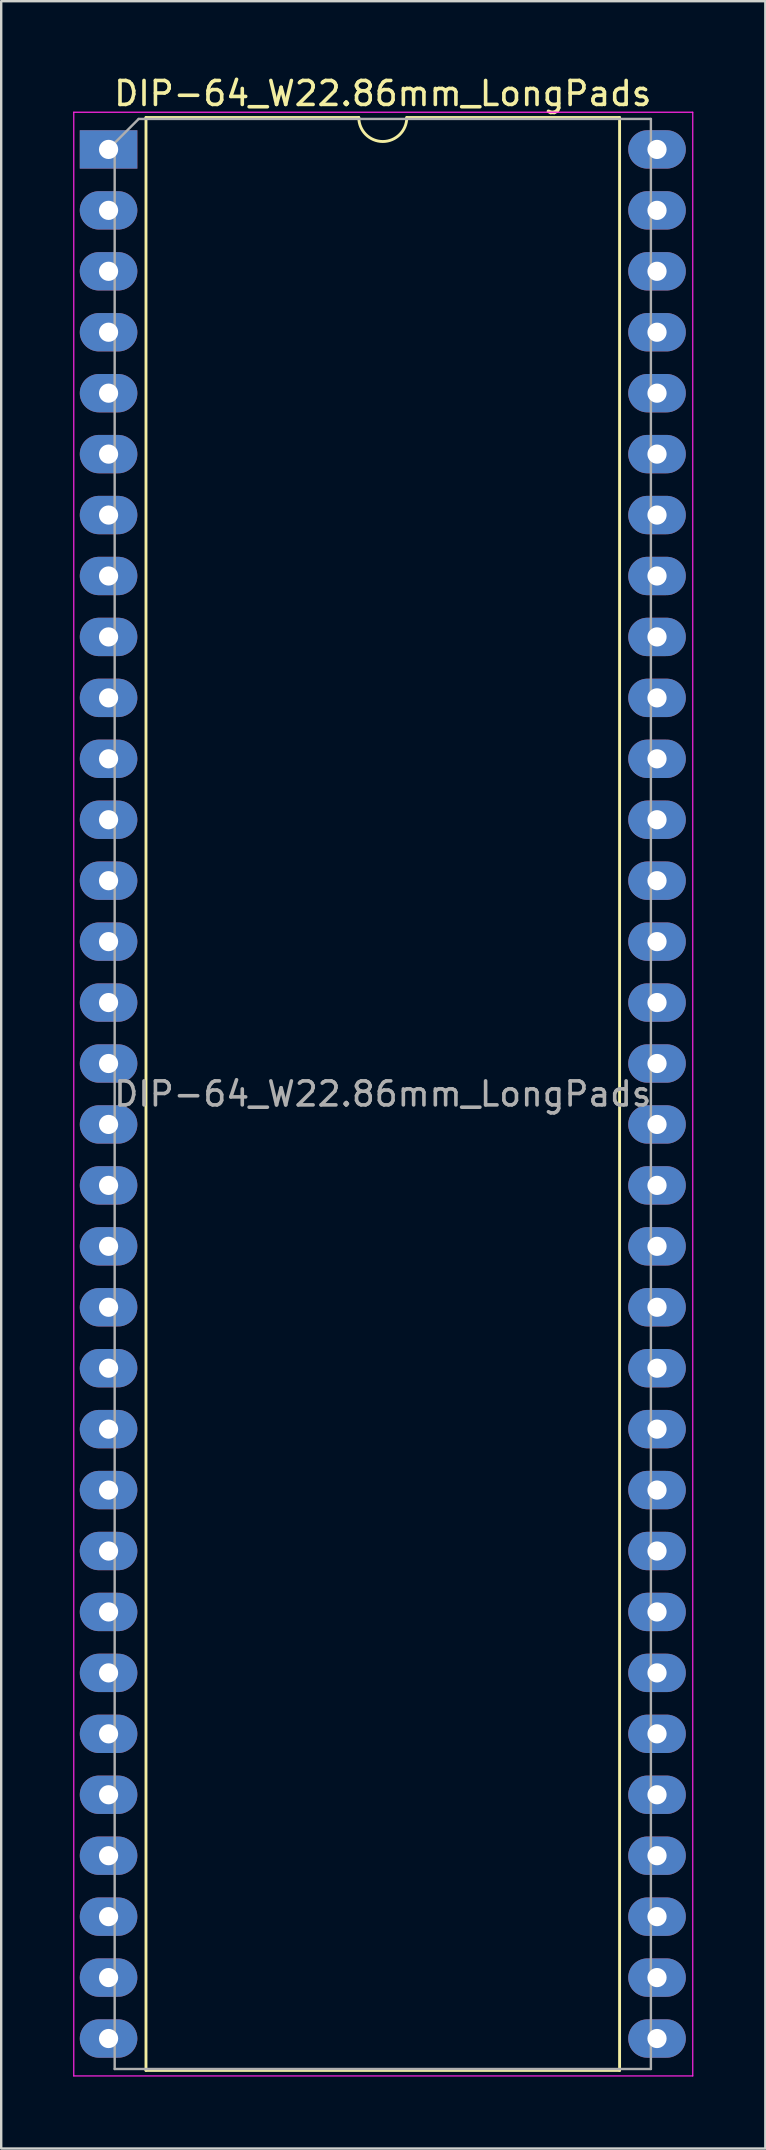
<source format=kicad_pcb>
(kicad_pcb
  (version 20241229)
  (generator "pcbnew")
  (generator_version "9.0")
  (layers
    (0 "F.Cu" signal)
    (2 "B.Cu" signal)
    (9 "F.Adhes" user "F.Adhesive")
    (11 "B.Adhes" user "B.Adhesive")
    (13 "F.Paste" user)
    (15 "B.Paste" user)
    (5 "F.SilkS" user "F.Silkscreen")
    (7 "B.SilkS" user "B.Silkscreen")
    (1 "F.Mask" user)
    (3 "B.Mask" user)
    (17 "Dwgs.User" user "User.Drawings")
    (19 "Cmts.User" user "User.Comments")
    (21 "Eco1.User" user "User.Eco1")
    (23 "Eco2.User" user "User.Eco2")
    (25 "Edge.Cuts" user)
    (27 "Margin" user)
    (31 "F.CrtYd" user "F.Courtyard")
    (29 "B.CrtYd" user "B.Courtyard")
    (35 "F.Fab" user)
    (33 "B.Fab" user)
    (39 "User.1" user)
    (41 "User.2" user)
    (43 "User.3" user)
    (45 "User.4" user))
  (footprint "DIP-64_W22.86mm_LongPads"
    (layer "F.Cu")
    (at 1.475 3.178)
    (property "Reference" "DIP-64_W22.86mm_LongPads" (at 11.43 -2.33 0) (layer "F.SilkS") (effects (font (size 1 1) (thickness 0.15))))
    (attr through_hole)
    (fp_line (start 1.56 -1.33) (end 1.56 80.07) (stroke (width 0.12) (type solid)) (layer "F.SilkS"))
    (fp_line (start 1.56 80.07) (end 21.3 80.07) (stroke (width 0.12) (type solid)) (layer "F.SilkS"))
    (fp_line (start 10.43 -1.33) (end 1.56 -1.33) (stroke (width 0.12) (type solid)) (layer "F.SilkS"))
    (fp_line (start 21.3 -1.33) (end 12.43 -1.33) (stroke (width 0.12) (type solid)) (layer "F.SilkS"))
    (fp_line (start 21.3 80.07) (end 21.3 -1.33) (stroke (width 0.12) (type solid)) (layer "F.SilkS"))
    (fp_arc (start 12.43 -1.33) (mid 11.43 -0.33) (end 10.43 -1.33) (stroke (width 0.12) (type solid)) (layer "F.SilkS"))
    (fp_line (start -1.45 -1.55) (end -1.45 80.3) (stroke (width 0.05) (type solid)) (layer "F.CrtYd"))
    (fp_line (start -1.45 80.3) (end 24.35 80.3) (stroke (width 0.05) (type solid)) (layer "F.CrtYd"))
    (fp_line (start 24.35 -1.55) (end -1.45 -1.55) (stroke (width 0.05) (type solid)) (layer "F.CrtYd"))
    (fp_line (start 24.35 80.3) (end 24.35 -1.55) (stroke (width 0.05) (type solid)) (layer "F.CrtYd"))
    (fp_line (start 0.255 -0.27) (end 1.255 -1.27) (stroke (width 0.1) (type solid)) (layer "F.Fab"))
    (fp_line (start 0.255 80.01) (end 0.255 -0.27) (stroke (width 0.1) (type solid)) (layer "F.Fab"))
    (fp_line (start 1.255 -1.27) (end 22.605 -1.27) (stroke (width 0.1) (type solid)) (layer "F.Fab"))
    (fp_line (start 22.605 -1.27) (end 22.605 80.01) (stroke (width 0.1) (type solid)) (layer "F.Fab"))
    (fp_line (start 22.605 80.01) (end 0.255 80.01) (stroke (width 0.1) (type solid)) (layer "F.Fab"))
    (fp_text user "${REFERENCE}" (at 11.43 39.37 0) (layer "F.Fab") (effects (font (size 1 1) (thickness 0.15))))
    (pad "1" thru_hole rect (at 0 0) (size 2.4 1.6) (drill 0.8) (layers "*.Cu" "*.Mask"))
    (pad "2" thru_hole oval (at 0 2.54) (size 2.4 1.6) (drill 0.8) (layers "*.Cu" "*.Mask"))
    (pad "3" thru_hole oval (at 0 5.08) (size 2.4 1.6) (drill 0.8) (layers "*.Cu" "*.Mask"))
    (pad "4" thru_hole oval (at 0 7.62) (size 2.4 1.6) (drill 0.8) (layers "*.Cu" "*.Mask"))
    (pad "5" thru_hole oval (at 0 10.16) (size 2.4 1.6) (drill 0.8) (layers "*.Cu" "*.Mask"))
    (pad "6" thru_hole oval (at 0 12.7) (size 2.4 1.6) (drill 0.8) (layers "*.Cu" "*.Mask"))
    (pad "7" thru_hole oval (at 0 15.24) (size 2.4 1.6) (drill 0.8) (layers "*.Cu" "*.Mask"))
    (pad "8" thru_hole oval (at 0 17.78) (size 2.4 1.6) (drill 0.8) (layers "*.Cu" "*.Mask"))
    (pad "9" thru_hole oval (at 0 20.32) (size 2.4 1.6) (drill 0.8) (layers "*.Cu" "*.Mask"))
    (pad "10" thru_hole oval (at 0 22.86) (size 2.4 1.6) (drill 0.8) (layers "*.Cu" "*.Mask"))
    (pad "11" thru_hole oval (at 0 25.4) (size 2.4 1.6) (drill 0.8) (layers "*.Cu" "*.Mask"))
    (pad "12" thru_hole oval (at 0 27.94) (size 2.4 1.6) (drill 0.8) (layers "*.Cu" "*.Mask"))
    (pad "13" thru_hole oval (at 0 30.48) (size 2.4 1.6) (drill 0.8) (layers "*.Cu" "*.Mask"))
    (pad "14" thru_hole oval (at 0 33.02) (size 2.4 1.6) (drill 0.8) (layers "*.Cu" "*.Mask"))
    (pad "15" thru_hole oval (at 0 35.56) (size 2.4 1.6) (drill 0.8) (layers "*.Cu" "*.Mask"))
    (pad "16" thru_hole oval (at 0 38.1) (size 2.4 1.6) (drill 0.8) (layers "*.Cu" "*.Mask"))
    (pad "17" thru_hole oval (at 0 40.64) (size 2.4 1.6) (drill 0.8) (layers "*.Cu" "*.Mask"))
    (pad "18" thru_hole oval (at 0 43.18) (size 2.4 1.6) (drill 0.8) (layers "*.Cu" "*.Mask"))
    (pad "19" thru_hole oval (at 0 45.72) (size 2.4 1.6) (drill 0.8) (layers "*.Cu" "*.Mask"))
    (pad "20" thru_hole oval (at 0 48.26) (size 2.4 1.6) (drill 0.8) (layers "*.Cu" "*.Mask"))
    (pad "21" thru_hole oval (at 0 50.8) (size 2.4 1.6) (drill 0.8) (layers "*.Cu" "*.Mask"))
    (pad "22" thru_hole oval (at 0 53.34) (size 2.4 1.6) (drill 0.8) (layers "*.Cu" "*.Mask"))
    (pad "23" thru_hole oval (at 0 55.88) (size 2.4 1.6) (drill 0.8) (layers "*.Cu" "*.Mask"))
    (pad "24" thru_hole oval (at 0 58.42) (size 2.4 1.6) (drill 0.8) (layers "*.Cu" "*.Mask"))
    (pad "25" thru_hole oval (at 0 60.96) (size 2.4 1.6) (drill 0.8) (layers "*.Cu" "*.Mask"))
    (pad "26" thru_hole oval (at 0 63.5) (size 2.4 1.6) (drill 0.8) (layers "*.Cu" "*.Mask"))
    (pad "27" thru_hole oval (at 0 66.04) (size 2.4 1.6) (drill 0.8) (layers "*.Cu" "*.Mask"))
    (pad "28" thru_hole oval (at 0 68.58) (size 2.4 1.6) (drill 0.8) (layers "*.Cu" "*.Mask"))
    (pad "29" thru_hole oval (at 0 71.12) (size 2.4 1.6) (drill 0.8) (layers "*.Cu" "*.Mask"))
    (pad "30" thru_hole oval (at 0 73.66) (size 2.4 1.6) (drill 0.8) (layers "*.Cu" "*.Mask"))
    (pad "31" thru_hole oval (at 0 76.2) (size 2.4 1.6) (drill 0.8) (layers "*.Cu" "*.Mask"))
    (pad "32" thru_hole oval (at 0 78.74) (size 2.4 1.6) (drill 0.8) (layers "*.Cu" "*.Mask"))
    (pad "33" thru_hole oval (at 22.86 78.74) (size 2.4 1.6) (drill 0.8) (layers "*.Cu" "*.Mask"))
    (pad "34" thru_hole oval (at 22.86 76.2) (size 2.4 1.6) (drill 0.8) (layers "*.Cu" "*.Mask"))
    (pad "35" thru_hole oval (at 22.86 73.66) (size 2.4 1.6) (drill 0.8) (layers "*.Cu" "*.Mask"))
    (pad "36" thru_hole oval (at 22.86 71.12) (size 2.4 1.6) (drill 0.8) (layers "*.Cu" "*.Mask"))
    (pad "37" thru_hole oval (at 22.86 68.58) (size 2.4 1.6) (drill 0.8) (layers "*.Cu" "*.Mask"))
    (pad "38" thru_hole oval (at 22.86 66.04) (size 2.4 1.6) (drill 0.8) (layers "*.Cu" "*.Mask"))
    (pad "39" thru_hole oval (at 22.86 63.5) (size 2.4 1.6) (drill 0.8) (layers "*.Cu" "*.Mask"))
    (pad "40" thru_hole oval (at 22.86 60.96) (size 2.4 1.6) (drill 0.8) (layers "*.Cu" "*.Mask"))
    (pad "41" thru_hole oval (at 22.86 58.42) (size 2.4 1.6) (drill 0.8) (layers "*.Cu" "*.Mask"))
    (pad "42" thru_hole oval (at 22.86 55.88) (size 2.4 1.6) (drill 0.8) (layers "*.Cu" "*.Mask"))
    (pad "43" thru_hole oval (at 22.86 53.34) (size 2.4 1.6) (drill 0.8) (layers "*.Cu" "*.Mask"))
    (pad "44" thru_hole oval (at 22.86 50.8) (size 2.4 1.6) (drill 0.8) (layers "*.Cu" "*.Mask"))
    (pad "45" thru_hole oval (at 22.86 48.26) (size 2.4 1.6) (drill 0.8) (layers "*.Cu" "*.Mask"))
    (pad "46" thru_hole oval (at 22.86 45.72) (size 2.4 1.6) (drill 0.8) (layers "*.Cu" "*.Mask"))
    (pad "47" thru_hole oval (at 22.86 43.18) (size 2.4 1.6) (drill 0.8) (layers "*.Cu" "*.Mask"))
    (pad "48" thru_hole oval (at 22.86 40.64) (size 2.4 1.6) (drill 0.8) (layers "*.Cu" "*.Mask"))
    (pad "49" thru_hole oval (at 22.86 38.1) (size 2.4 1.6) (drill 0.8) (layers "*.Cu" "*.Mask"))
    (pad "50" thru_hole oval (at 22.86 35.56) (size 2.4 1.6) (drill 0.8) (layers "*.Cu" "*.Mask"))
    (pad "51" thru_hole oval (at 22.86 33.02) (size 2.4 1.6) (drill 0.8) (layers "*.Cu" "*.Mask"))
    (pad "52" thru_hole oval (at 22.86 30.48) (size 2.4 1.6) (drill 0.8) (layers "*.Cu" "*.Mask"))
    (pad "53" thru_hole oval (at 22.86 27.94) (size 2.4 1.6) (drill 0.8) (layers "*.Cu" "*.Mask"))
    (pad "54" thru_hole oval (at 22.86 25.4) (size 2.4 1.6) (drill 0.8) (layers "*.Cu" "*.Mask"))
    (pad "55" thru_hole oval (at 22.86 22.86) (size 2.4 1.6) (drill 0.8) (layers "*.Cu" "*.Mask"))
    (pad "56" thru_hole oval (at 22.86 20.32) (size 2.4 1.6) (drill 0.8) (layers "*.Cu" "*.Mask"))
    (pad "57" thru_hole oval (at 22.86 17.78) (size 2.4 1.6) (drill 0.8) (layers "*.Cu" "*.Mask"))
    (pad "58" thru_hole oval (at 22.86 15.24) (size 2.4 1.6) (drill 0.8) (layers "*.Cu" "*.Mask"))
    (pad "59" thru_hole oval (at 22.86 12.7) (size 2.4 1.6) (drill 0.8) (layers "*.Cu" "*.Mask"))
    (pad "60" thru_hole oval (at 22.86 10.16) (size 2.4 1.6) (drill 0.8) (layers "*.Cu" "*.Mask"))
    (pad "61" thru_hole oval (at 22.86 7.62) (size 2.4 1.6) (drill 0.8) (layers "*.Cu" "*.Mask"))
    (pad "62" thru_hole oval (at 22.86 5.08) (size 2.4 1.6) (drill 0.8) (layers "*.Cu" "*.Mask"))
    (pad "63" thru_hole oval (at 22.86 2.54) (size 2.4 1.6) (drill 0.8) (layers "*.Cu" "*.Mask"))
    (pad "64" thru_hole oval (at 22.86 0) (size 2.4 1.6) (drill 0.8) (layers "*.Cu" "*.Mask")))
  (gr_rect
    (start -3 -3)
    (end 28.85 86.503)
    (stroke (width 0.1) (type default))
    (fill no)
    (layer "Edge.Cuts")))
</source>
